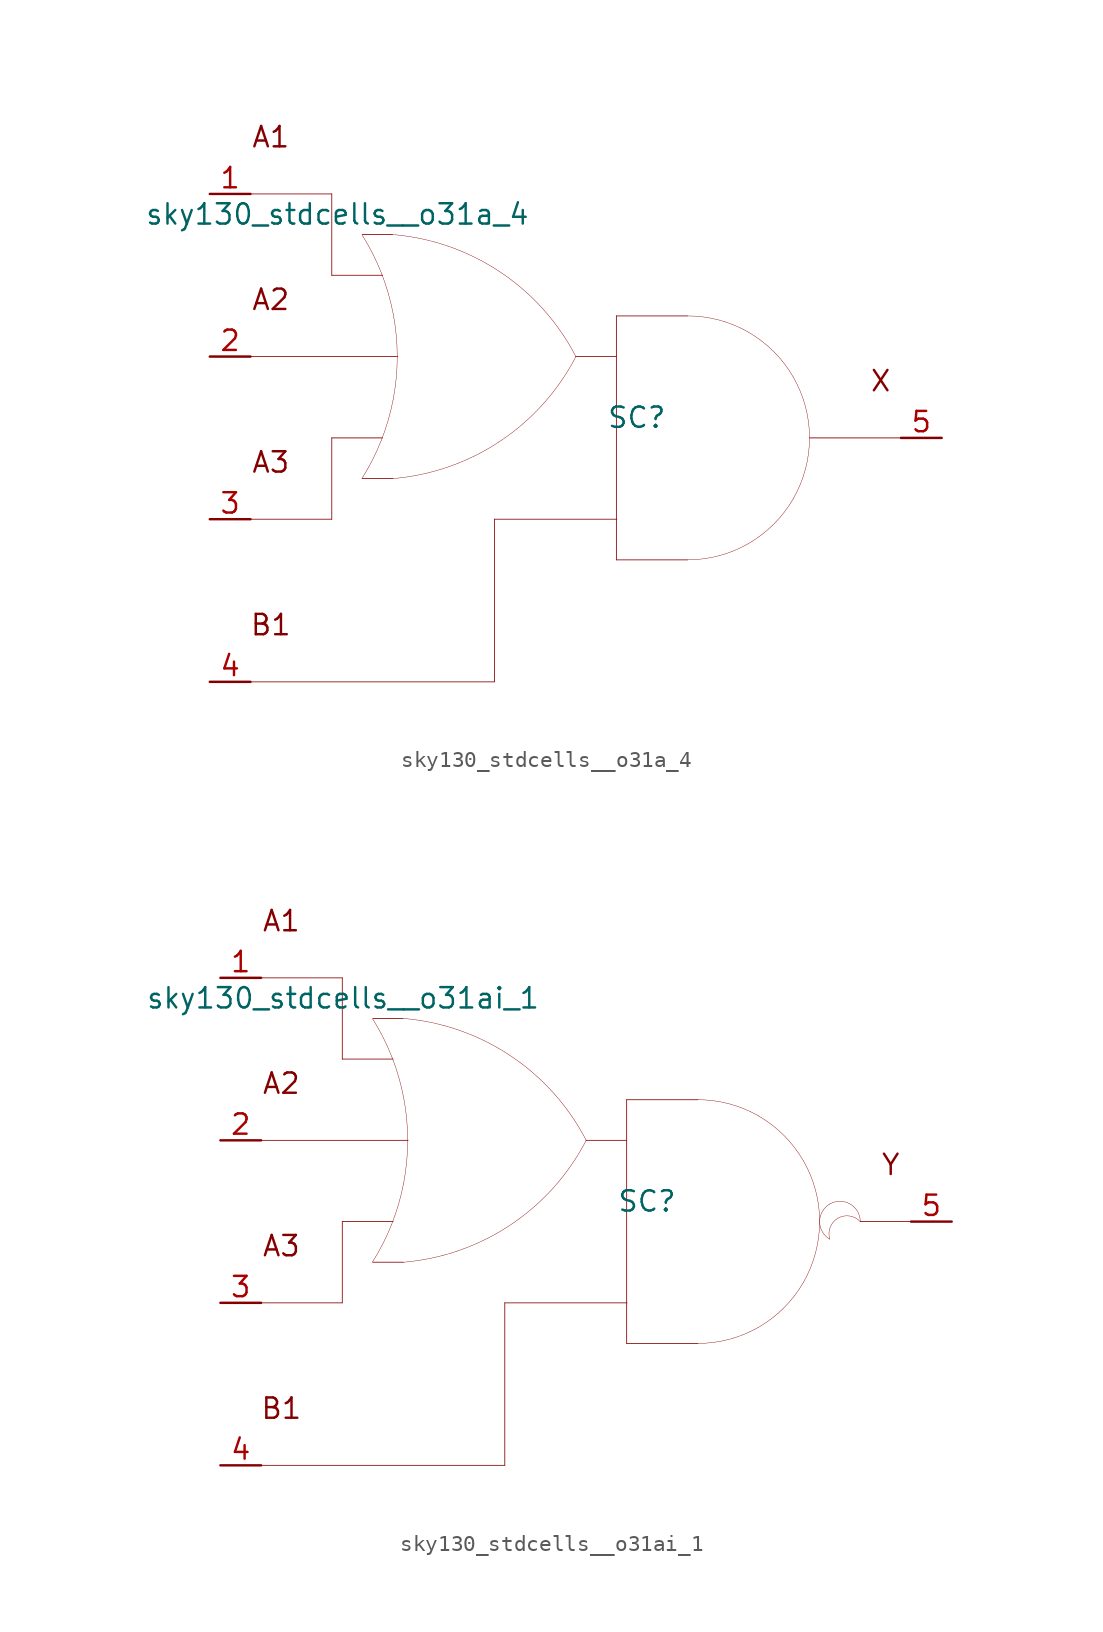
<source format=kicad_sym>
(kicad_symbol_lib
  (version 20211014)
  (generator kicad_symbol_editor)
  (symbol "sky130_stdcells__o31a_4"
    (pin_names hide)
    (property "Reference" "SC"
      (at 3.81 1.27 0)
      (effects (font (size 1.27 1.27))))
    (property "Value" "sky130_stdcells__o31a_4"
      (at -2.845 13.97 0)
      (effects (font (size 1.27 1.27)) (justify right)))
    (symbol "sky130_stdcells__o31a_4_0_0"
      (arc (start -13.3555 -2.5342) (mid -12.698 -1.378) (end -12.1512 -0.1656) (stroke (width 0.0254) (type default) (color 0 0 0 0)) (fill (type none)))
      (arc (start -12.1512 -0.1656) (mid -11.7163 1.1045) (end -11.403 2.4099) (stroke (width 0.0254) (type default) (color 0 0 0 0)) (fill (type none)))
      (arc (start -12.133 10.2793) (mid -12.6812 11.5048) (end -13.3423 12.6732) (stroke (width 0.0254) (type default) (color 0 0 0 0)) (fill (type none)))
      (arc (start -11.435 -2.5431) (mid -4.741 -0.2186) (end -0.0041 5.0516) (stroke (width 0.0254) (type default) (color 0 0 0 0)) (fill (type none)))
      (arc (start -11.403 2.4099) (mid -11.2138 3.739) (end -11.1506 5.08) (stroke (width 0.0254) (type default) (color 0 0 0 0)) (fill (type none)))
      (arc (start -11.3984 7.7256) (mid -11.7061 9.0196) (end -12.133 10.2793) (stroke (width 0.0254) (type default) (color 0 0 0 0)) (fill (type none)))
      (arc (start -11.1506 5.08) (mid -11.2127 6.4086) (end -11.3984 7.7256) (stroke (width 0.0254) (type default) (color 0 0 0 0)) (fill (type none)))
      (polyline (pts (xy -20.32 -15.24) (xy -5.08 -15.24)) (stroke (width 0.051) (type default) (color 0 0 0 0)) (fill (type none)))
      (polyline (pts (xy -20.32 -5.08) (xy -15.24 -5.08)) (stroke (width 0.051) (type default) (color 0 0 0 0)) (fill (type none)))
      (polyline (pts (xy -20.32 5.08) (xy -11.125 5.08)) (stroke (width 0.051) (type default) (color 0 0 0 0)) (fill (type none)))
      (polyline (pts (xy -20.32 15.24) (xy -15.24 15.24)) (stroke (width 0.051) (type default) (color 0 0 0 0)) (fill (type none)))
      (polyline (pts (xy -15.24 0) (xy -15.24 -5.08)) (stroke (width 0.051) (type default) (color 0 0 0 0)) (fill (type none)))
      (polyline (pts (xy -15.24 0) (xy -12.065 0)) (stroke (width 0.051) (type default) (color 0 0 0 0)) (fill (type none)))
      (polyline (pts (xy -15.24 10.16) (xy -12.065 10.16)) (stroke (width 0.051) (type default) (color 0 0 0 0)) (fill (type none)))
      (polyline (pts (xy -15.24 15.24) (xy -15.24 10.16)) (stroke (width 0.051) (type default) (color 0 0 0 0)) (fill (type none)))
      (polyline (pts (xy -13.335 -2.54) (xy -11.43 -2.54)) (stroke (width 0.051) (type default) (color 0 0 0 0)) (fill (type none)))
      (polyline (pts (xy -13.335 12.7) (xy -11.43 12.7)) (stroke (width 0.051) (type default) (color 0 0 0 0)) (fill (type none)))
      (polyline (pts (xy -5.08 -5.08) (xy -5.08 -15.24)) (stroke (width 0.051) (type default) (color 0 0 0 0)) (fill (type none)))
      (polyline (pts (xy -5.08 -5.08) (xy 2.565 -5.08)) (stroke (width 0.051) (type default) (color 0 0 0 0)) (fill (type none)))
      (polyline (pts (xy 0 5.08) (xy 2.54 5.08)) (stroke (width 0.051) (type default) (color 0 0 0 0)) (fill (type none)))
      (polyline (pts (xy 2.54 -7.62) (xy 6.985 -7.62)) (stroke (width 0.051) (type default) (color 0 0 0 0)) (fill (type none)))
      (polyline (pts (xy 2.54 7.62) (xy 2.54 -7.62)) (stroke (width 0.051) (type default) (color 0 0 0 0)) (fill (type none)))
      (polyline (pts (xy 2.54 7.62) (xy 6.985 7.62)) (stroke (width 0.051) (type default) (color 0 0 0 0)) (fill (type none)))
      (polyline (pts (xy 14.605 0) (xy 20.32 0)) (stroke (width 0.051) (type default) (color 0 0 0 0)) (fill (type none)))
      (arc (start 0.0187 5.0644) (mid -4.6998 10.351) (end -11.3856 12.6989) (stroke (width 0.0254) (type default) (color 0 0 0 0)) (fill (type none)))
      (arc (start 6.985 -7.62) (mid 8.9572 -7.3604) (end 10.795 -6.5991) (stroke (width 0.0254) (type default) (color 0 0 0 0)) (fill (type none)))
      (arc (start 10.795 -6.5991) (mid 12.3731 -5.3881) (end 13.5841 -3.81) (stroke (width 0.0254) (type default) (color 0 0 0 0)) (fill (type none)))
      (arc (start 10.795 6.5991) (mid 8.9572 7.3603) (end 6.985 7.62) (stroke (width 0.0254) (type default) (color 0 0 0 0)) (fill (type none)))
      (arc (start 13.5841 -3.81) (mid 14.3453 -1.9722) (end 14.605 0) (stroke (width 0.0254) (type default) (color 0 0 0 0)) (fill (type none)))
      (arc (start 13.5841 3.81) (mid 12.3731 5.3881) (end 10.795 6.5991) (stroke (width 0.0254) (type default) (color 0 0 0 0)) (fill (type none)))
      (arc (start 14.605 0) (mid 14.3454 1.9722) (end 13.5841 3.81) (stroke (width 0.0254) (type default) (color 0 0 0 0)) (fill (type none)))
      (text "A1" (at -19.05 18.796 0) (effects (font (size 1.27 1.27))))
      (text "A2" (at -19.05 8.636 0) (effects (font (size 1.27 1.27))))
      (text "A3" (at -19.05 -1.524 0) (effects (font (size 1.27 1.27))))
      (text "B1" (at -19.05 -11.684 0) (effects (font (size 1.27 1.27))))
      (text "X" (at 19.05 3.556 0) (effects (font (size 1.27 1.27)))))
    (symbol "sky130_stdcells__o31a_4_1_1"
      (pin input line (at -22.86 15.24 0) (length 2.54) (name "A1" (effects (font (size 1.092 1.092)))) (number "1" (effects (font (size 1.27 1.27)))))
      (pin input line (at -22.86 5.08 0) (length 2.54) (name "A2" (effects (font (size 1.092 1.092)))) (number "2" (effects (font (size 1.27 1.27)))))
      (pin input line (at -22.86 -5.08 0) (length 2.54) (name "A3" (effects (font (size 1.092 1.092)))) (number "3" (effects (font (size 1.27 1.27)))))
      (pin input line (at -22.86 -15.24 0) (length 2.54) (name "B1" (effects (font (size 1.092 1.092)))) (number "4" (effects (font (size 1.27 1.27)))))
      (pin output line (at 22.86 0 180) (length 2.54) (name "X" (effects (font (size 1.092 1.092)))) (number "5" (effects (font (size 1.27 1.27)))))))
  (symbol "sky130_stdcells__o31ai_1"
    (pin_names hide)
    (property "Reference" "SC"
      (at 3.81 1.27 0)
      (effects (font (size 1.27 1.27))))
    (property "Value" "sky130_stdcells__o31ai_1"
      (at -2.845 13.97 0)
      (effects (font (size 1.27 1.27)) (justify right)))
    (symbol "sky130_stdcells__o31ai_1_0_0"
      (arc (start -13.3555 -2.5342) (mid -12.698 -1.378) (end -12.1512 -0.1656) (stroke (width 0.0254) (type default) (color 0 0 0 0)) (fill (type none)))
      (arc (start -12.1512 -0.1656) (mid -11.7163 1.1045) (end -11.403 2.4099) (stroke (width 0.0254) (type default) (color 0 0 0 0)) (fill (type none)))
      (arc (start -12.133 10.2793) (mid -12.6812 11.5048) (end -13.3423 12.6732) (stroke (width 0.0254) (type default) (color 0 0 0 0)) (fill (type none)))
      (arc (start -11.435 -2.5431) (mid -4.741 -0.2186) (end -0.0041 5.0516) (stroke (width 0.0254) (type default) (color 0 0 0 0)) (fill (type none)))
      (arc (start -11.403 2.4099) (mid -11.2138 3.739) (end -11.1506 5.08) (stroke (width 0.0254) (type default) (color 0 0 0 0)) (fill (type none)))
      (arc (start -11.3984 7.7256) (mid -11.7061 9.0196) (end -12.133 10.2793) (stroke (width 0.0254) (type default) (color 0 0 0 0)) (fill (type none)))
      (arc (start -11.1506 5.08) (mid -11.2127 6.4086) (end -11.3984 7.7256) (stroke (width 0.0254) (type default) (color 0 0 0 0)) (fill (type none)))
      (polyline (pts (xy -20.32 -15.24) (xy -5.08 -15.24)) (stroke (width 0.051) (type default) (color 0 0 0 0)) (fill (type none)))
      (polyline (pts (xy -20.32 -5.08) (xy -15.24 -5.08)) (stroke (width 0.051) (type default) (color 0 0 0 0)) (fill (type none)))
      (polyline (pts (xy -20.32 5.08) (xy -11.125 5.08)) (stroke (width 0.051) (type default) (color 0 0 0 0)) (fill (type none)))
      (polyline (pts (xy -20.32 15.24) (xy -15.24 15.24)) (stroke (width 0.051) (type default) (color 0 0 0 0)) (fill (type none)))
      (polyline (pts (xy -15.24 0) (xy -15.24 -5.08)) (stroke (width 0.051) (type default) (color 0 0 0 0)) (fill (type none)))
      (polyline (pts (xy -15.24 0) (xy -12.065 0)) (stroke (width 0.051) (type default) (color 0 0 0 0)) (fill (type none)))
      (polyline (pts (xy -15.24 10.16) (xy -12.065 10.16)) (stroke (width 0.051) (type default) (color 0 0 0 0)) (fill (type none)))
      (polyline (pts (xy -15.24 15.24) (xy -15.24 10.16)) (stroke (width 0.051) (type default) (color 0 0 0 0)) (fill (type none)))
      (polyline (pts (xy -13.335 -2.54) (xy -11.43 -2.54)) (stroke (width 0.051) (type default) (color 0 0 0 0)) (fill (type none)))
      (polyline (pts (xy -13.335 12.7) (xy -11.43 12.7)) (stroke (width 0.051) (type default) (color 0 0 0 0)) (fill (type none)))
      (polyline (pts (xy -5.08 -5.08) (xy -5.08 -15.24)) (stroke (width 0.051) (type default) (color 0 0 0 0)) (fill (type none)))
      (polyline (pts (xy -5.08 -5.08) (xy 2.565 -5.08)) (stroke (width 0.051) (type default) (color 0 0 0 0)) (fill (type none)))
      (polyline (pts (xy 0 5.08) (xy 2.54 5.08)) (stroke (width 0.051) (type default) (color 0 0 0 0)) (fill (type none)))
      (polyline (pts (xy 2.54 -7.62) (xy 6.985 -7.62)) (stroke (width 0.051) (type default) (color 0 0 0 0)) (fill (type none)))
      (polyline (pts (xy 2.54 7.62) (xy 2.54 -7.62)) (stroke (width 0.051) (type default) (color 0 0 0 0)) (fill (type none)))
      (polyline (pts (xy 2.54 7.62) (xy 6.985 7.62)) (stroke (width 0.051) (type default) (color 0 0 0 0)) (fill (type none)))
      (polyline (pts (xy 17.145 0) (xy 20.32 0)) (stroke (width 0.051) (type default) (color 0 0 0 0)) (fill (type none)))
      (arc (start 0.0187 5.0644) (mid -4.6998 10.351) (end -11.3856 12.6989) (stroke (width 0.0254) (type default) (color 0 0 0 0)) (fill (type none)))
      (arc (start 6.985 -7.62) (mid 8.9572 -7.3604) (end 10.795 -6.5991) (stroke (width 0.0254) (type default) (color 0 0 0 0)) (fill (type none)))
      (arc (start 10.795 -6.5991) (mid 12.3731 -5.3881) (end 13.5841 -3.81) (stroke (width 0.0254) (type default) (color 0 0 0 0)) (fill (type none)))
      (arc (start 10.795 6.5991) (mid 8.9572 7.3603) (end 6.985 7.62) (stroke (width 0.0254) (type default) (color 0 0 0 0)) (fill (type none)))
      (arc (start 13.5841 -3.81) (mid 14.3453 -1.9722) (end 14.605 0) (stroke (width 0.0254) (type default) (color 0 0 0 0)) (fill (type none)))
      (arc (start 13.5841 3.81) (mid 12.3731 5.3881) (end 10.795 6.5991) (stroke (width 0.0254) (type default) (color 0 0 0 0)) (fill (type none)))
      (arc (start 14.605 0) (mid 14.3454 1.9722) (end 13.5841 3.81) (stroke (width 0.0254) (type default) (color 0 0 0 0)) (fill (type none)))
      (arc (start 15.24 1.0999) (mid 14.605 0) (end 15.24 -1.0999) (stroke (width 0.0254) (type default) (color 0 0 0 0)) (fill (type none)))
      (arc (start 17.145 0) (mid 15.2881 0.4743) (end 15.24 -1.0999) (stroke (width 0.0254) (type default) (color 0 0 0 0)) (fill (type none)))
      (arc (start 17.145 0) (mid 16.51 1.0998) (end 15.24 1.0999) (stroke (width 0.0254) (type default) (color 0 0 0 0)) (fill (type none)))
      (text "A1" (at -19.05 18.796 0) (effects (font (size 1.27 1.27))))
      (text "A2" (at -19.05 8.636 0) (effects (font (size 1.27 1.27))))
      (text "A3" (at -19.05 -1.524 0) (effects (font (size 1.27 1.27))))
      (text "B1" (at -19.05 -11.684 0) (effects (font (size 1.27 1.27))))
      (text "Y" (at 19.05 3.556 0) (effects (font (size 1.27 1.27)))))
    (symbol "sky130_stdcells__o31ai_1_1_1"
      (pin input line (at -22.86 15.24 0) (length 2.54) (name "A1" (effects (font (size 1.092 1.092)))) (number "1" (effects (font (size 1.27 1.27)))))
      (pin input line (at -22.86 5.08 0) (length 2.54) (name "A2" (effects (font (size 1.092 1.092)))) (number "2" (effects (font (size 1.27 1.27)))))
      (pin input line (at -22.86 -5.08 0) (length 2.54) (name "A3" (effects (font (size 1.092 1.092)))) (number "3" (effects (font (size 1.27 1.27)))))
      (pin input line (at -22.86 -15.24 0) (length 2.54) (name "B1" (effects (font (size 1.092 1.092)))) (number "4" (effects (font (size 1.27 1.27)))))
      (pin output line (at 22.86 0 180) (length 2.54) (name "Y" (effects (font (size 1.092 1.092)))) (number "5" (effects (font (size 1.27 1.27))))))))
</source>
